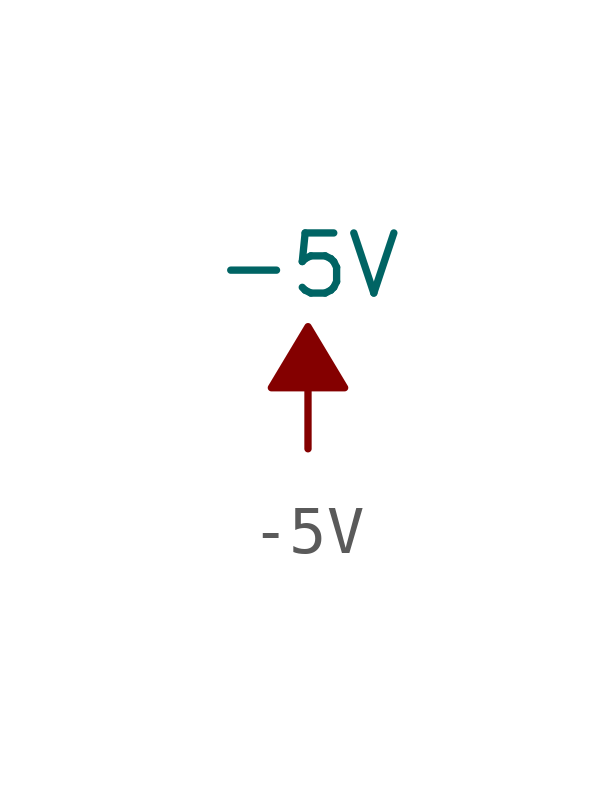
<source format=kicad_sym>
(kicad_symbol_lib
  (version 20231120)
  (generator "kicad_symbol_editor")
  (generator_version "8.0")
  (symbol "-5V"
    (power)
    (pin_numbers hide)
    (pin_names
      (offset 0) hide)
    (property "Reference" "#PWR"
      (at 0 -11 0)
      (effects (font (size 1.25 1.25)) (hide yes)))
    (property "Value" "-5V"
      (at 0 3.81 0)
      (do_not_autoplace)
      (effects (font (size 1.25 1.25))))
    (symbol "-5V_0_1"
      (polyline (pts (xy 0 0) (xy 0 1.27) (xy 0.762 1.27) (xy 0 2.54) (xy -0.762 1.27) (xy 0 1.27)) (stroke (width 0) (type default)) (fill (type outline))))
    (symbol "-5V_1_0"
      (pin power_in line (at 0 0 90) (length 0) hide (name "-5V" (effects (font (size 1.25 1.25)))) (number "1" (effects (font (size 1.25 1.25))))))))
</source>
